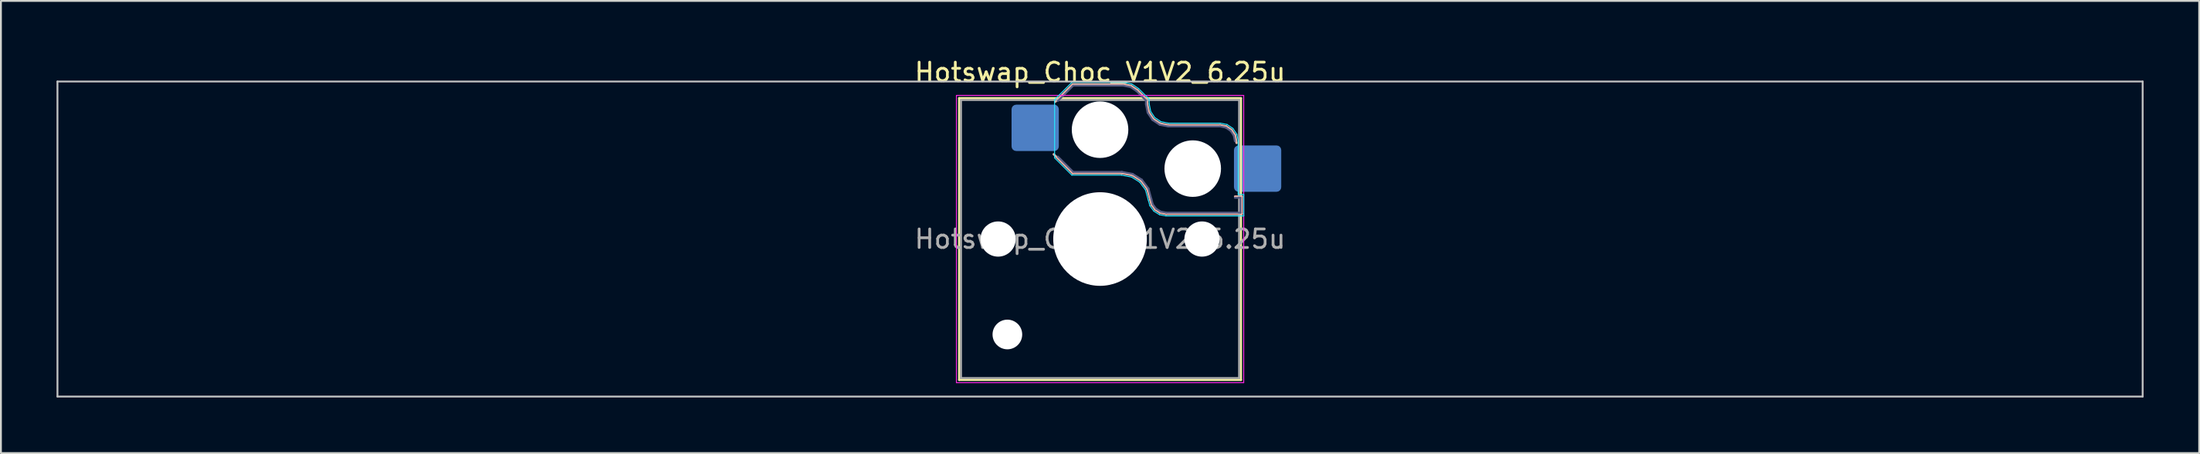
<source format=kicad_pcb>
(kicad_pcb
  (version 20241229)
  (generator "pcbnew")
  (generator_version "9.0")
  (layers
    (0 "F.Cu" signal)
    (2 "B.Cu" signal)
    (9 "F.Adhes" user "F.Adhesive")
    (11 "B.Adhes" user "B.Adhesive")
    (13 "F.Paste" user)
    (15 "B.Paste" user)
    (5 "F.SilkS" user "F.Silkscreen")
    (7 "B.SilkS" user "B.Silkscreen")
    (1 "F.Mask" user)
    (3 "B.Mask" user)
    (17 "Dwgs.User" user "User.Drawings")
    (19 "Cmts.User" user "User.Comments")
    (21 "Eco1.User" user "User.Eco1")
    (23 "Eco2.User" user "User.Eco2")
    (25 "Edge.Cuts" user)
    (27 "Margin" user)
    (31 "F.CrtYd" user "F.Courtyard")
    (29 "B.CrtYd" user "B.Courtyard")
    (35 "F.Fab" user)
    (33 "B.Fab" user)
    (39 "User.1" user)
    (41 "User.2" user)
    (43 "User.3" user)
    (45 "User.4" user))
  (footprint "Hotswap_Choc_V1V2_6.25u"
    (layer "F.Cu")
    (at 56.3 9.848)
    (property "Reference" "Hotswap_Choc_V1V2_6.25u" (at 0 -9 0) (layer "F.SilkS") (effects (font (size 1 1) (thickness 0.15))))
    (attr smd)
    (fp_line (start -7.6 -7.6) (end -7.6 7.6) (stroke (width 0.12) (type solid)) (layer "F.SilkS"))
    (fp_line (start -7.6 7.6) (end 7.6 7.6) (stroke (width 0.12) (type solid)) (layer "F.SilkS"))
    (fp_line (start 7.6 -7.6) (end -7.6 -7.6) (stroke (width 0.12) (type solid)) (layer "F.SilkS"))
    (fp_line (start 7.6 7.6) (end 7.6 -7.6) (stroke (width 0.12) (type solid)) (layer "F.SilkS"))
    (fp_line (start -2.416 -7.409) (end -1.479 -8.346) (stroke (width 0.12) (type solid)) (layer "B.SilkS"))
    (fp_line (start -1.479 -8.346) (end 1.268 -8.346) (stroke (width 0.12) (type solid)) (layer "B.SilkS"))
    (fp_line (start -1.479 -3.554) (end -2.5 -4.575) (stroke (width 0.12) (type solid)) (layer "B.SilkS"))
    (fp_line (start 1.168 -3.554) (end -1.479 -3.554) (stroke (width 0.12) (type solid)) (layer "B.SilkS"))
    (fp_line (start 1.268 -8.346) (end 1.671 -8.266) (stroke (width 0.12) (type solid)) (layer "B.SilkS"))
    (fp_line (start 1.671 -8.266) (end 2.013 -8.037) (stroke (width 0.12) (type solid)) (layer "B.SilkS"))
    (fp_line (start 1.73 -3.449) (end 1.168 -3.554) (stroke (width 0.12) (type solid)) (layer "B.SilkS"))
    (fp_line (start 2.013 -8.037) (end 2.546 -7.504) (stroke (width 0.12) (type solid)) (layer "B.SilkS"))
    (fp_line (start 2.209 -3.15) (end 1.73 -3.449) (stroke (width 0.12) (type solid)) (layer "B.SilkS"))
    (fp_line (start 2.546 -7.504) (end 2.546 -7.282) (stroke (width 0.12) (type solid)) (layer "B.SilkS"))
    (fp_line (start 2.546 -7.282) (end 2.633 -6.844) (stroke (width 0.12) (type solid)) (layer "B.SilkS"))
    (fp_line (start 2.547 -2.697) (end 2.209 -3.15) (stroke (width 0.12) (type solid)) (layer "B.SilkS"))
    (fp_line (start 2.633 -6.844) (end 2.877 -6.477) (stroke (width 0.12) (type solid)) (layer "B.SilkS"))
    (fp_line (start 2.701 -2.139) (end 2.547 -2.697) (stroke (width 0.12) (type solid)) (layer "B.SilkS"))
    (fp_line (start 2.783 -1.841) (end 2.701 -2.139) (stroke (width 0.12) (type solid)) (layer "B.SilkS"))
    (fp_line (start 2.877 -6.477) (end 3.244 -6.233) (stroke (width 0.12) (type solid)) (layer "B.SilkS"))
    (fp_line (start 2.976 -1.583) (end 2.783 -1.841) (stroke (width 0.12) (type solid)) (layer "B.SilkS"))
    (fp_line (start 3.244 -6.233) (end 3.682 -6.146) (stroke (width 0.12) (type solid)) (layer "B.SilkS"))
    (fp_line (start 3.25 -1.413) (end 2.976 -1.583) (stroke (width 0.12) (type solid)) (layer "B.SilkS"))
    (fp_line (start 3.56 -1.354) (end 3.25 -1.413) (stroke (width 0.12) (type solid)) (layer "B.SilkS"))
    (fp_line (start 3.682 -6.146) (end 6.482 -6.146) (stroke (width 0.12) (type solid)) (layer "B.SilkS"))
    (fp_line (start 6.482 -6.146) (end 6.809 -6.081) (stroke (width 0.12) (type solid)) (layer "B.SilkS"))
    (fp_line (start 6.809 -6.081) (end 7.092 -5.892) (stroke (width 0.12) (type solid)) (layer "B.SilkS"))
    (fp_line (start 7.092 -5.892) (end 7.281 -5.609) (stroke (width 0.12) (type solid)) (layer "B.SilkS"))
    (fp_line (start 7.281 -5.609) (end 7.366 -5.182) (stroke (width 0.12) (type solid)) (layer "B.SilkS"))
    (fp_line (start 7.283 -2.296) (end 7.646 -2.296) (stroke (width 0.12) (type solid)) (layer "B.SilkS"))
    (fp_line (start 7.646 -2.296) (end 7.646 -1.354) (stroke (width 0.12) (type solid)) (layer "B.SilkS"))
    (fp_line (start 7.646 -1.354) (end 3.56 -1.354) (stroke (width 0.12) (type solid)) (layer "B.SilkS"))
    (fp_line (start -56.25 -8.5) (end -56.25 8.5) (stroke (width 0.1) (type solid)) (layer "Dwgs.User"))
    (fp_line (start -56.25 8.5) (end 56.25 8.5) (stroke (width 0.1) (type solid)) (layer "Dwgs.User"))
    (fp_line (start 56.25 -8.5) (end -56.25 -8.5) (stroke (width 0.1) (type solid)) (layer "Dwgs.User"))
    (fp_line (start 56.25 8.5) (end 56.25 -8.5) (stroke (width 0.1) (type solid)) (layer "Dwgs.User"))
    (fp_line (start -7.25 -7.25) (end -7.25 7.25) (stroke (width 0.1) (type solid)) (layer "Eco1.User"))
    (fp_line (start -7.25 7.25) (end 7.25 7.25) (stroke (width 0.1) (type solid)) (layer "Eco1.User"))
    (fp_line (start 7.25 -7.25) (end -7.25 -7.25) (stroke (width 0.1) (type solid)) (layer "Eco1.User"))
    (fp_line (start 7.25 7.25) (end 7.25 -7.25) (stroke (width 0.1) (type solid)) (layer "Eco1.User"))
    (fp_line (start -2.452 -7.523) (end -1.523 -8.452) (stroke (width 0.05) (type solid)) (layer "B.CrtYd"))
    (fp_line (start -2.452 -4.377) (end -2.452 -7.523) (stroke (width 0.05) (type solid)) (layer "B.CrtYd"))
    (fp_line (start -1.523 -8.452) (end 1.278 -8.452) (stroke (width 0.05) (type solid)) (layer "B.CrtYd"))
    (fp_line (start -1.523 -3.448) (end -2.452 -4.377) (stroke (width 0.05) (type solid)) (layer "B.CrtYd"))
    (fp_line (start 1.159 -3.448) (end -1.523 -3.448) (stroke (width 0.05) (type solid)) (layer "B.CrtYd"))
    (fp_line (start 1.278 -8.452) (end 1.712 -8.366) (stroke (width 0.05) (type solid)) (layer "B.CrtYd"))
    (fp_line (start 1.691 -3.348) (end 1.159 -3.448) (stroke (width 0.05) (type solid)) (layer "B.CrtYd"))
    (fp_line (start 1.712 -8.366) (end 2.081 -8.119) (stroke (width 0.05) (type solid)) (layer "B.CrtYd"))
    (fp_line (start 2.081 -8.119) (end 2.652 -7.548) (stroke (width 0.05) (type solid)) (layer "B.CrtYd"))
    (fp_line (start 2.136 -3.071) (end 1.691 -3.348) (stroke (width 0.05) (type solid)) (layer "B.CrtYd"))
    (fp_line (start 2.45 -2.65) (end 2.136 -3.071) (stroke (width 0.05) (type solid)) (layer "B.CrtYd"))
    (fp_line (start 2.599 -2.111) (end 2.45 -2.65) (stroke (width 0.05) (type solid)) (layer "B.CrtYd"))
    (fp_line (start 2.652 -7.548) (end 2.652 -7.292) (stroke (width 0.05) (type solid)) (layer "B.CrtYd"))
    (fp_line (start 2.652 -7.292) (end 2.733 -6.885) (stroke (width 0.05) (type solid)) (layer "B.CrtYd"))
    (fp_line (start 2.687 -1.794) (end 2.599 -2.111) (stroke (width 0.05) (type solid)) (layer "B.CrtYd"))
    (fp_line (start 2.733 -6.885) (end 2.953 -6.553) (stroke (width 0.05) (type solid)) (layer "B.CrtYd"))
    (fp_line (start 2.903 -1.503) (end 2.687 -1.794) (stroke (width 0.05) (type solid)) (layer "B.CrtYd"))
    (fp_line (start 2.953 -6.553) (end 3.285 -6.333) (stroke (width 0.05) (type solid)) (layer "B.CrtYd"))
    (fp_line (start 3.211 -1.312) (end 2.903 -1.503) (stroke (width 0.05) (type solid)) (layer "B.CrtYd"))
    (fp_line (start 3.285 -6.333) (end 3.692 -6.252) (stroke (width 0.05) (type solid)) (layer "B.CrtYd"))
    (fp_line (start 3.55 -1.248) (end 3.211 -1.312) (stroke (width 0.05) (type solid)) (layer "B.CrtYd"))
    (fp_line (start 3.692 -6.252) (end 6.492 -6.252) (stroke (width 0.05) (type solid)) (layer "B.CrtYd"))
    (fp_line (start 6.492 -6.252) (end 6.85 -6.181) (stroke (width 0.05) (type solid)) (layer "B.CrtYd"))
    (fp_line (start 6.85 -6.181) (end 7.168 -5.968) (stroke (width 0.05) (type solid)) (layer "B.CrtYd"))
    (fp_line (start 7.168 -5.968) (end 7.381 -5.65) (stroke (width 0.05) (type solid)) (layer "B.CrtYd"))
    (fp_line (start 7.381 -5.65) (end 7.452 -5.292) (stroke (width 0.05) (type solid)) (layer "B.CrtYd"))
    (fp_line (start 7.452 -5.292) (end 7.452 -2.402) (stroke (width 0.05) (type solid)) (layer "B.CrtYd"))
    (fp_line (start 7.452 -2.402) (end 7.752 -2.402) (stroke (width 0.05) (type solid)) (layer "B.CrtYd"))
    (fp_line (start 7.752 -2.402) (end 7.752 -1.248) (stroke (width 0.05) (type solid)) (layer "B.CrtYd"))
    (fp_line (start 7.752 -1.248) (end 3.55 -1.248) (stroke (width 0.05) (type solid)) (layer "B.CrtYd"))
    (fp_line (start -7.75 -7.75) (end -7.75 7.75) (stroke (width 0.05) (type solid)) (layer "F.CrtYd"))
    (fp_line (start -7.75 7.75) (end 7.75 7.75) (stroke (width 0.05) (type solid)) (layer "F.CrtYd"))
    (fp_line (start 7.75 -7.75) (end -7.75 -7.75) (stroke (width 0.05) (type solid)) (layer "F.CrtYd"))
    (fp_line (start 7.75 7.75) (end 7.75 -7.75) (stroke (width 0.05) (type solid)) (layer "F.CrtYd"))
    (fp_line (start -2.275 -7.45) (end -1.45 -8.275) (stroke (width 0.1) (type solid)) (layer "B.Fab"))
    (fp_line (start -1.45 -8.275) (end 1.261 -8.275) (stroke (width 0.1) (type solid)) (layer "B.Fab"))
    (fp_line (start -1.45 -3.625) (end -2.275 -4.45) (stroke (width 0.1) (type solid)) (layer "B.Fab"))
    (fp_line (start 1.175 -3.625) (end -1.45 -3.625) (stroke (width 0.1) (type solid)) (layer "B.Fab"))
    (fp_line (start 1.261 -8.275) (end 1.643 -8.199) (stroke (width 0.1) (type solid)) (layer "B.Fab"))
    (fp_line (start 1.643 -8.199) (end 1.968 -7.982) (stroke (width 0.1) (type solid)) (layer "B.Fab"))
    (fp_line (start 1.756 -3.516) (end 1.175 -3.625) (stroke (width 0.1) (type solid)) (layer "B.Fab"))
    (fp_line (start 1.968 -7.982) (end 2.475 -7.475) (stroke (width 0.1) (type solid)) (layer "B.Fab"))
    (fp_line (start 2.258 -3.203) (end 1.756 -3.516) (stroke (width 0.1) (type solid)) (layer "B.Fab"))
    (fp_line (start 2.475 -7.475) (end 2.475 -7.275) (stroke (width 0.1) (type solid)) (layer "B.Fab"))
    (fp_line (start 2.475 -7.275) (end 2.566 -6.816) (stroke (width 0.1) (type solid)) (layer "B.Fab"))
    (fp_line (start 2.566 -6.816) (end 2.826 -6.426) (stroke (width 0.1) (type solid)) (layer "B.Fab"))
    (fp_line (start 2.612 -2.729) (end 2.258 -3.203) (stroke (width 0.1) (type solid)) (layer "B.Fab"))
    (fp_line (start 2.769 -2.158) (end 2.612 -2.729) (stroke (width 0.1) (type solid)) (layer "B.Fab"))
    (fp_line (start 2.826 -6.426) (end 3.216 -6.166) (stroke (width 0.1) (type solid)) (layer "B.Fab"))
    (fp_line (start 2.848 -1.873) (end 2.769 -2.158) (stroke (width 0.1) (type solid)) (layer "B.Fab"))
    (fp_line (start 3.025 -1.636) (end 2.848 -1.873) (stroke (width 0.1) (type solid)) (layer "B.Fab"))
    (fp_line (start 3.216 -6.166) (end 3.675 -6.075) (stroke (width 0.1) (type solid)) (layer "B.Fab"))
    (fp_line (start 3.276 -1.48) (end 3.025 -1.636) (stroke (width 0.1) (type solid)) (layer "B.Fab"))
    (fp_line (start 3.567 -1.425) (end 3.276 -1.48) (stroke (width 0.1) (type solid)) (layer "B.Fab"))
    (fp_line (start 3.675 -6.075) (end 6.475 -6.075) (stroke (width 0.1) (type solid)) (layer "B.Fab"))
    (fp_line (start 6.475 -6.075) (end 6.781 -6.014) (stroke (width 0.1) (type solid)) (layer "B.Fab"))
    (fp_line (start 6.781 -6.014) (end 7.041 -5.841) (stroke (width 0.1) (type solid)) (layer "B.Fab"))
    (fp_line (start 7.041 -5.841) (end 7.214 -5.581) (stroke (width 0.1) (type solid)) (layer "B.Fab"))
    (fp_line (start 7.214 -5.581) (end 7.275 -5.275) (stroke (width 0.1) (type solid)) (layer "B.Fab"))
    (fp_line (start 7.275 -2.225) (end 7.575 -2.225) (stroke (width 0.1) (type solid)) (layer "B.Fab"))
    (fp_line (start 7.575 -2.225) (end 7.575 -1.425) (stroke (width 0.1) (type solid)) (layer "B.Fab"))
    (fp_line (start 7.575 -1.425) (end 3.567 -1.425) (stroke (width 0.1) (type solid)) (layer "B.Fab"))
    (fp_line (start -7.5 -7.5) (end -7.5 7.5) (stroke (width 0.1) (type solid)) (layer "F.Fab"))
    (fp_line (start -7.5 7.5) (end 7.5 7.5) (stroke (width 0.1) (type solid)) (layer "F.Fab"))
    (fp_line (start 7.5 -7.5) (end -7.5 -7.5) (stroke (width 0.1) (type solid)) (layer "F.Fab"))
    (fp_line (start 7.5 7.5) (end 7.5 -7.5) (stroke (width 0.1) (type solid)) (layer "F.Fab"))
    (fp_text user "${REFERENCE}" (at 0 0 0) (layer "F.Fab") (effects (font (size 1 1) (thickness 0.15))))
    (pad "" np_thru_hole circle (at -5.5 0) (size 1.9 1.9) (drill 1.9) (layers "*.Cu" "*.Mask"))
    (pad "" np_thru_hole circle (at -5 5.15) (size 1.6 1.6) (drill 1.6) (layers "*.Cu" "*.Mask"))
    (pad "" np_thru_hole circle (at 0 -5.9) (size 3.05 3.05) (drill 3.05) (layers "*.Cu" "*.Mask"))
    (pad "" np_thru_hole circle (at 0 0) (size 5.05 5.05) (drill 5.05) (layers "*.Cu" "*.Mask"))
    (pad "" np_thru_hole circle (at 5 -3.8) (size 3.05 3.05) (drill 3.05) (layers "*.Cu" "*.Mask"))
    (pad "" np_thru_hole circle (at 5.5 0) (size 1.9 1.9) (drill 1.9) (layers "*.Cu" "*.Mask"))
    (pad "1" smd roundrect (at -3.5 -6) (size 2.55 2.5) (layers "B.Cu" "B.Mask" "B.Paste") (roundrect_rratio 0.1))
    (pad "2" smd roundrect (at 8.5 -3.8) (size 2.55 2.5) (layers "B.Cu" "B.Mask" "B.Paste") (roundrect_rratio 0.1)))
  (gr_rect
    (start -3 -3)
    (end 115.6 21.398)
    (stroke (width 0.1) (type default))
    (fill no)
    (layer "Edge.Cuts")))
</source>
